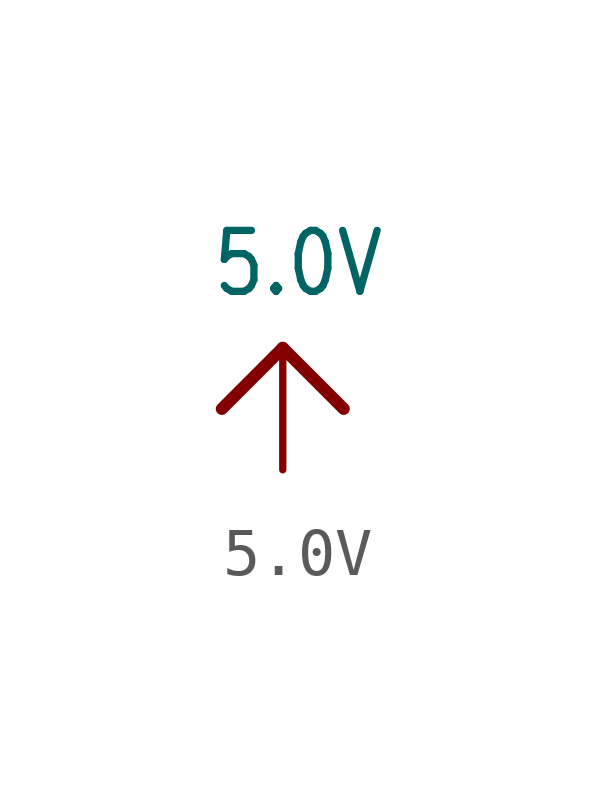
<source format=kicad_sym>
(kicad_symbol_lib
  (version 20201005)
  (generator kicad_symbol_editor)
  (symbol "5.0V"
    (power)
    (property "Reference" ""
      (at 0 0 0)
      (effects (font (size 1.27 1.27)) hide))
    (property "Value" "5.0V"
      (at -1.524 1.016 0)
      (effects (font (size 1.27 1.079)) (justify left bottom)))
    (property "ki_locked" ""
      (at 0 0 0)
      (effects (font (size 1.27 1.27))))
    (symbol "5.0V_1_0"
      (polyline (pts (xy -1.27 -1.27) (xy 0 0)) (stroke (width 0.254)) (fill (type none)))
      (polyline (pts (xy 0 0) (xy 1.27 -1.27)) (stroke (width 0.254)) (fill (type none)))
      (pin power_in line (at 0 -2.54 90) (length 2.54) (name "5.0V" (effects (font (size 0 0)))) (number "1" (effects (font (size 0 0))))))))
</source>
